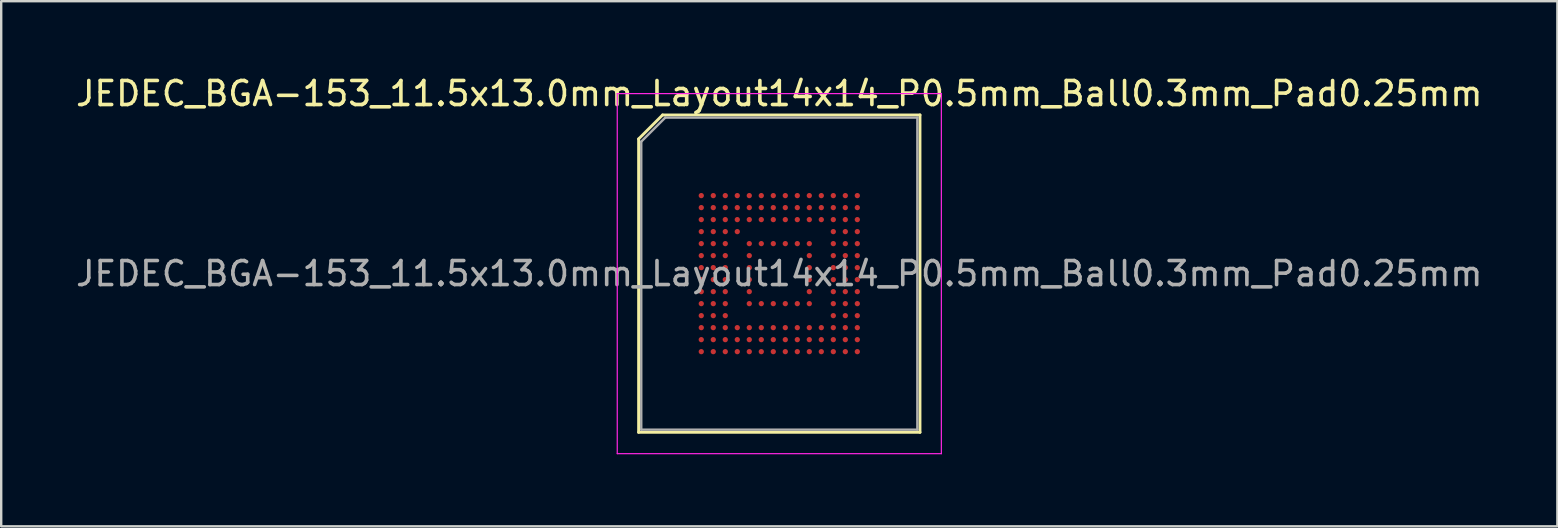
<source format=kicad_pcb>
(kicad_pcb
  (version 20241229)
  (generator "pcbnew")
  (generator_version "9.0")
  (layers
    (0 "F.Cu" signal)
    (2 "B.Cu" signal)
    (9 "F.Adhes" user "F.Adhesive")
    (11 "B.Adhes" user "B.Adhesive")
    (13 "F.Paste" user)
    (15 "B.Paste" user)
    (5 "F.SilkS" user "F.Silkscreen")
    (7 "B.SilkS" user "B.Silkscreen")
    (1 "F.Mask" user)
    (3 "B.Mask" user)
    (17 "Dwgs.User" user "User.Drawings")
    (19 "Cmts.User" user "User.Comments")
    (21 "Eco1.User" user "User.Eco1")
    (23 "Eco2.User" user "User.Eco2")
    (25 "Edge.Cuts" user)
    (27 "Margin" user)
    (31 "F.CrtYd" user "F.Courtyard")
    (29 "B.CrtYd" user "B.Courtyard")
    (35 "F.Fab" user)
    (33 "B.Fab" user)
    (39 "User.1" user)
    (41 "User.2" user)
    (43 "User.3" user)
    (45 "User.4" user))
  (footprint "JEDEC_BGA-153_11.5x13.0mm_Layout14x14_P0.5mm_Ball0.3mm_Pad0.25mm"
    (layer "F.Cu")
    (at 29.411 8.348)
    (property "Reference" "JEDEC_BGA-153_11.5x13.0mm_Layout14x14_P0.5mm_Ball0.3mm_Pad0.25mm" (at 0 -7.5 0) (layer "F.SilkS") (effects (font (size 1 1) (thickness 0.15))))
    (attr smd)
    (fp_line (start -5.86 -5.61) (end -4.86 -6.61) (stroke (width 0.12) (type solid)) (layer "F.SilkS"))
    (fp_line (start -5.86 6.61) (end -5.86 -5.61) (stroke (width 0.12) (type solid)) (layer "F.SilkS"))
    (fp_line (start -4.86 -6.61) (end 5.86 -6.61) (stroke (width 0.12) (type solid)) (layer "F.SilkS"))
    (fp_line (start 5.86 -6.61) (end 5.86 6.61) (stroke (width 0.12) (type solid)) (layer "F.SilkS"))
    (fp_line (start 5.86 6.61) (end -5.86 6.61) (stroke (width 0.12) (type solid)) (layer "F.SilkS"))
    (fp_line (start -6.75 -7.5) (end -6.75 7.5) (stroke (width 0.05) (type solid)) (layer "F.CrtYd"))
    (fp_line (start -6.75 7.5) (end 6.75 7.5) (stroke (width 0.05) (type solid)) (layer "F.CrtYd"))
    (fp_line (start 6.75 -7.5) (end -6.75 -7.5) (stroke (width 0.05) (type solid)) (layer "F.CrtYd"))
    (fp_line (start 6.75 7.5) (end 6.75 -7.5) (stroke (width 0.05) (type solid)) (layer "F.CrtYd"))
    (fp_line (start -5.75 -5.5) (end -4.75 -6.5) (stroke (width 0.1) (type solid)) (layer "F.Fab"))
    (fp_line (start -5.75 6.5) (end -5.75 -5.5) (stroke (width 0.1) (type solid)) (layer "F.Fab"))
    (fp_line (start -4.75 -6.5) (end 5.75 -6.5) (stroke (width 0.1) (type solid)) (layer "F.Fab"))
    (fp_line (start 5.75 -6.5) (end 5.75 6.5) (stroke (width 0.1) (type solid)) (layer "F.Fab"))
    (fp_line (start 5.75 6.5) (end -5.75 6.5) (stroke (width 0.1) (type solid)) (layer "F.Fab"))
    (fp_text user "${REFERENCE}" (at 0 0 0) (layer "F.Fab") (effects (font (size 1 1) (thickness 0.15))))
    (pad "A1" smd circle (at -3.25 -3.25) (size 0.22 0.22) (layers "F.Cu" "F.Mask" "F.Paste"))
    (pad "A2" smd circle (at -2.75 -3.25) (size 0.22 0.22) (layers "F.Cu" "F.Mask" "F.Paste"))
    (pad "A3" smd circle (at -2.25 -3.25) (size 0.22 0.22) (layers "F.Cu" "F.Mask" "F.Paste"))
    (pad "A4" smd circle (at -1.75 -3.25) (size 0.22 0.22) (layers "F.Cu" "F.Mask" "F.Paste"))
    (pad "A5" smd circle (at -1.25 -3.25) (size 0.22 0.22) (layers "F.Cu" "F.Mask" "F.Paste"))
    (pad "A6" smd circle (at -0.75 -3.25) (size 0.22 0.22) (layers "F.Cu" "F.Mask" "F.Paste"))
    (pad "A7" smd circle (at -0.25 -3.25) (size 0.22 0.22) (layers "F.Cu" "F.Mask" "F.Paste"))
    (pad "A8" smd circle (at 0.25 -3.25) (size 0.22 0.22) (layers "F.Cu" "F.Mask" "F.Paste"))
    (pad "A9" smd circle (at 0.75 -3.25) (size 0.22 0.22) (layers "F.Cu" "F.Mask" "F.Paste"))
    (pad "A10" smd circle (at 1.25 -3.25) (size 0.22 0.22) (layers "F.Cu" "F.Mask" "F.Paste"))
    (pad "A11" smd circle (at 1.75 -3.25) (size 0.22 0.22) (layers "F.Cu" "F.Mask" "F.Paste"))
    (pad "A12" smd circle (at 2.25 -3.25) (size 0.22 0.22) (layers "F.Cu" "F.Mask" "F.Paste"))
    (pad "A13" smd circle (at 2.75 -3.25) (size 0.22 0.22) (layers "F.Cu" "F.Mask" "F.Paste"))
    (pad "A14" smd circle (at 3.25 -3.25) (size 0.22 0.22) (layers "F.Cu" "F.Mask" "F.Paste"))
    (pad "B1" smd circle (at -3.25 -2.75) (size 0.22 0.22) (layers "F.Cu" "F.Mask" "F.Paste"))
    (pad "B2" smd circle (at -2.75 -2.75) (size 0.22 0.22) (layers "F.Cu" "F.Mask" "F.Paste"))
    (pad "B3" smd circle (at -2.25 -2.75) (size 0.22 0.22) (layers "F.Cu" "F.Mask" "F.Paste"))
    (pad "B4" smd circle (at -1.75 -2.75) (size 0.22 0.22) (layers "F.Cu" "F.Mask" "F.Paste"))
    (pad "B5" smd circle (at -1.25 -2.75) (size 0.22 0.22) (layers "F.Cu" "F.Mask" "F.Paste"))
    (pad "B6" smd circle (at -0.75 -2.75) (size 0.22 0.22) (layers "F.Cu" "F.Mask" "F.Paste"))
    (pad "B7" smd circle (at -0.25 -2.75) (size 0.22 0.22) (layers "F.Cu" "F.Mask" "F.Paste"))
    (pad "B8" smd circle (at 0.25 -2.75) (size 0.22 0.22) (layers "F.Cu" "F.Mask" "F.Paste"))
    (pad "B9" smd circle (at 0.75 -2.75) (size 0.22 0.22) (layers "F.Cu" "F.Mask" "F.Paste"))
    (pad "B10" smd circle (at 1.25 -2.75) (size 0.22 0.22) (layers "F.Cu" "F.Mask" "F.Paste"))
    (pad "B11" smd circle (at 1.75 -2.75) (size 0.22 0.22) (layers "F.Cu" "F.Mask" "F.Paste"))
    (pad "B12" smd circle (at 2.25 -2.75) (size 0.22 0.22) (layers "F.Cu" "F.Mask" "F.Paste"))
    (pad "B13" smd circle (at 2.75 -2.75) (size 0.22 0.22) (layers "F.Cu" "F.Mask" "F.Paste"))
    (pad "B14" smd circle (at 3.25 -2.75) (size 0.22 0.22) (layers "F.Cu" "F.Mask" "F.Paste"))
    (pad "C1" smd circle (at -3.25 -2.25) (size 0.22 0.22) (layers "F.Cu" "F.Mask" "F.Paste"))
    (pad "C2" smd circle (at -2.75 -2.25) (size 0.22 0.22) (layers "F.Cu" "F.Mask" "F.Paste"))
    (pad "C3" smd circle (at -2.25 -2.25) (size 0.22 0.22) (layers "F.Cu" "F.Mask" "F.Paste"))
    (pad "C4" smd circle (at -1.75 -2.25) (size 0.22 0.22) (layers "F.Cu" "F.Mask" "F.Paste"))
    (pad "C5" smd circle (at -1.25 -2.25) (size 0.22 0.22) (layers "F.Cu" "F.Mask" "F.Paste"))
    (pad "C6" smd circle (at -0.75 -2.25) (size 0.22 0.22) (layers "F.Cu" "F.Mask" "F.Paste"))
    (pad "C7" smd circle (at -0.25 -2.25) (size 0.22 0.22) (layers "F.Cu" "F.Mask" "F.Paste"))
    (pad "C8" smd circle (at 0.25 -2.25) (size 0.22 0.22) (layers "F.Cu" "F.Mask" "F.Paste"))
    (pad "C9" smd circle (at 0.75 -2.25) (size 0.22 0.22) (layers "F.Cu" "F.Mask" "F.Paste"))
    (pad "C10" smd circle (at 1.25 -2.25) (size 0.22 0.22) (layers "F.Cu" "F.Mask" "F.Paste"))
    (pad "C11" smd circle (at 1.75 -2.25) (size 0.22 0.22) (layers "F.Cu" "F.Mask" "F.Paste"))
    (pad "C12" smd circle (at 2.25 -2.25) (size 0.22 0.22) (layers "F.Cu" "F.Mask" "F.Paste"))
    (pad "C13" smd circle (at 2.75 -2.25) (size 0.22 0.22) (layers "F.Cu" "F.Mask" "F.Paste"))
    (pad "C14" smd circle (at 3.25 -2.25) (size 0.22 0.22) (layers "F.Cu" "F.Mask" "F.Paste"))
    (pad "D1" smd circle (at -3.25 -1.75) (size 0.22 0.22) (layers "F.Cu" "F.Mask" "F.Paste"))
    (pad "D2" smd circle (at -2.75 -1.75) (size 0.22 0.22) (layers "F.Cu" "F.Mask" "F.Paste"))
    (pad "D3" smd circle (at -2.25 -1.75) (size 0.22 0.22) (layers "F.Cu" "F.Mask" "F.Paste"))
    (pad "D4" smd circle (at -1.75 -1.75) (size 0.22 0.22) (layers "F.Cu" "F.Mask" "F.Paste"))
    (pad "D12" smd circle (at 2.25 -1.75) (size 0.22 0.22) (layers "F.Cu" "F.Mask" "F.Paste"))
    (pad "D13" smd circle (at 2.75 -1.75) (size 0.22 0.22) (layers "F.Cu" "F.Mask" "F.Paste"))
    (pad "D14" smd circle (at 3.25 -1.75) (size 0.22 0.22) (layers "F.Cu" "F.Mask" "F.Paste"))
    (pad "E1" smd circle (at -3.25 -1.25) (size 0.22 0.22) (layers "F.Cu" "F.Mask" "F.Paste"))
    (pad "E2" smd circle (at -2.75 -1.25) (size 0.22 0.22) (layers "F.Cu" "F.Mask" "F.Paste"))
    (pad "E3" smd circle (at -2.25 -1.25) (size 0.22 0.22) (layers "F.Cu" "F.Mask" "F.Paste"))
    (pad "E5" smd circle (at -1.25 -1.25) (size 0.22 0.22) (layers "F.Cu" "F.Mask" "F.Paste"))
    (pad "E6" smd circle (at -0.75 -1.25) (size 0.22 0.22) (layers "F.Cu" "F.Mask" "F.Paste"))
    (pad "E7" smd circle (at -0.25 -1.25) (size 0.22 0.22) (layers "F.Cu" "F.Mask" "F.Paste"))
    (pad "E8" smd circle (at 0.25 -1.25) (size 0.22 0.22) (layers "F.Cu" "F.Mask" "F.Paste"))
    (pad "E9" smd circle (at 0.75 -1.25) (size 0.22 0.22) (layers "F.Cu" "F.Mask" "F.Paste"))
    (pad "E10" smd circle (at 1.25 -1.25) (size 0.22 0.22) (layers "F.Cu" "F.Mask" "F.Paste"))
    (pad "E12" smd circle (at 2.25 -1.25) (size 0.22 0.22) (layers "F.Cu" "F.Mask" "F.Paste"))
    (pad "E13" smd circle (at 2.75 -1.25) (size 0.22 0.22) (layers "F.Cu" "F.Mask" "F.Paste"))
    (pad "E14" smd circle (at 3.25 -1.25) (size 0.22 0.22) (layers "F.Cu" "F.Mask" "F.Paste"))
    (pad "F1" smd circle (at -3.25 -0.75) (size 0.22 0.22) (layers "F.Cu" "F.Mask" "F.Paste"))
    (pad "F2" smd circle (at -2.75 -0.75) (size 0.22 0.22) (layers "F.Cu" "F.Mask" "F.Paste"))
    (pad "F3" smd circle (at -2.25 -0.75) (size 0.22 0.22) (layers "F.Cu" "F.Mask" "F.Paste"))
    (pad "F5" smd circle (at -1.25 -0.75) (size 0.22 0.22) (layers "F.Cu" "F.Mask" "F.Paste"))
    (pad "F10" smd circle (at 1.25 -0.75) (size 0.22 0.22) (layers "F.Cu" "F.Mask" "F.Paste"))
    (pad "F12" smd circle (at 2.25 -0.75) (size 0.22 0.22) (layers "F.Cu" "F.Mask" "F.Paste"))
    (pad "F13" smd circle (at 2.75 -0.75) (size 0.22 0.22) (layers "F.Cu" "F.Mask" "F.Paste"))
    (pad "F14" smd circle (at 3.25 -0.75) (size 0.22 0.22) (layers "F.Cu" "F.Mask" "F.Paste"))
    (pad "G1" smd circle (at -3.25 -0.25) (size 0.22 0.22) (layers "F.Cu" "F.Mask" "F.Paste"))
    (pad "G2" smd circle (at -2.75 -0.25) (size 0.22 0.22) (layers "F.Cu" "F.Mask" "F.Paste"))
    (pad "G3" smd circle (at -2.25 -0.25) (size 0.22 0.22) (layers "F.Cu" "F.Mask" "F.Paste"))
    (pad "G5" smd circle (at -1.25 -0.25) (size 0.22 0.22) (layers "F.Cu" "F.Mask" "F.Paste"))
    (pad "G10" smd circle (at 1.25 -0.25) (size 0.22 0.22) (layers "F.Cu" "F.Mask" "F.Paste"))
    (pad "G12" smd circle (at 2.25 -0.25) (size 0.22 0.22) (layers "F.Cu" "F.Mask" "F.Paste"))
    (pad "G13" smd circle (at 2.75 -0.25) (size 0.22 0.22) (layers "F.Cu" "F.Mask" "F.Paste"))
    (pad "G14" smd circle (at 3.25 -0.25) (size 0.22 0.22) (layers "F.Cu" "F.Mask" "F.Paste"))
    (pad "H1" smd circle (at -3.25 0.25) (size 0.22 0.22) (layers "F.Cu" "F.Mask" "F.Paste"))
    (pad "H2" smd circle (at -2.75 0.25) (size 0.22 0.22) (layers "F.Cu" "F.Mask" "F.Paste"))
    (pad "H3" smd circle (at -2.25 0.25) (size 0.22 0.22) (layers "F.Cu" "F.Mask" "F.Paste"))
    (pad "H5" smd circle (at -1.25 0.25) (size 0.22 0.22) (layers "F.Cu" "F.Mask" "F.Paste"))
    (pad "H10" smd circle (at 1.25 0.25) (size 0.22 0.22) (layers "F.Cu" "F.Mask" "F.Paste"))
    (pad "H12" smd circle (at 2.25 0.25) (size 0.22 0.22) (layers "F.Cu" "F.Mask" "F.Paste"))
    (pad "H13" smd circle (at 2.75 0.25) (size 0.22 0.22) (layers "F.Cu" "F.Mask" "F.Paste"))
    (pad "H14" smd circle (at 3.25 0.25) (size 0.22 0.22) (layers "F.Cu" "F.Mask" "F.Paste"))
    (pad "J1" smd circle (at -3.25 0.75) (size 0.22 0.22) (layers "F.Cu" "F.Mask" "F.Paste"))
    (pad "J2" smd circle (at -2.75 0.75) (size 0.22 0.22) (layers "F.Cu" "F.Mask" "F.Paste"))
    (pad "J3" smd circle (at -2.25 0.75) (size 0.22 0.22) (layers "F.Cu" "F.Mask" "F.Paste"))
    (pad "J5" smd circle (at -1.25 0.75) (size 0.22 0.22) (layers "F.Cu" "F.Mask" "F.Paste"))
    (pad "J10" smd circle (at 1.25 0.75) (size 0.22 0.22) (layers "F.Cu" "F.Mask" "F.Paste"))
    (pad "J12" smd circle (at 2.25 0.75) (size 0.22 0.22) (layers "F.Cu" "F.Mask" "F.Paste"))
    (pad "J13" smd circle (at 2.75 0.75) (size 0.22 0.22) (layers "F.Cu" "F.Mask" "F.Paste"))
    (pad "J14" smd circle (at 3.25 0.75) (size 0.22 0.22) (layers "F.Cu" "F.Mask" "F.Paste"))
    (pad "K1" smd circle (at -3.25 1.25) (size 0.22 0.22) (layers "F.Cu" "F.Mask" "F.Paste"))
    (pad "K2" smd circle (at -2.75 1.25) (size 0.22 0.22) (layers "F.Cu" "F.Mask" "F.Paste"))
    (pad "K3" smd circle (at -2.25 1.25) (size 0.22 0.22) (layers "F.Cu" "F.Mask" "F.Paste"))
    (pad "K5" smd circle (at -1.25 1.25) (size 0.22 0.22) (layers "F.Cu" "F.Mask" "F.Paste"))
    (pad "K6" smd circle (at -0.75 1.25) (size 0.22 0.22) (layers "F.Cu" "F.Mask" "F.Paste"))
    (pad "K7" smd circle (at -0.25 1.25) (size 0.22 0.22) (layers "F.Cu" "F.Mask" "F.Paste"))
    (pad "K8" smd circle (at 0.25 1.25) (size 0.22 0.22) (layers "F.Cu" "F.Mask" "F.Paste"))
    (pad "K9" smd circle (at 0.75 1.25) (size 0.22 0.22) (layers "F.Cu" "F.Mask" "F.Paste"))
    (pad "K10" smd circle (at 1.25 1.25) (size 0.22 0.22) (layers "F.Cu" "F.Mask" "F.Paste"))
    (pad "K12" smd circle (at 2.25 1.25) (size 0.22 0.22) (layers "F.Cu" "F.Mask" "F.Paste"))
    (pad "K13" smd circle (at 2.75 1.25) (size 0.22 0.22) (layers "F.Cu" "F.Mask" "F.Paste"))
    (pad "K14" smd circle (at 3.25 1.25) (size 0.22 0.22) (layers "F.Cu" "F.Mask" "F.Paste"))
    (pad "L1" smd circle (at -3.25 1.75) (size 0.22 0.22) (layers "F.Cu" "F.Mask" "F.Paste"))
    (pad "L2" smd circle (at -2.75 1.75) (size 0.22 0.22) (layers "F.Cu" "F.Mask" "F.Paste"))
    (pad "L3" smd circle (at -2.25 1.75) (size 0.22 0.22) (layers "F.Cu" "F.Mask" "F.Paste"))
    (pad "L12" smd circle (at 2.25 1.75) (size 0.22 0.22) (layers "F.Cu" "F.Mask" "F.Paste"))
    (pad "L13" smd circle (at 2.75 1.75) (size 0.22 0.22) (layers "F.Cu" "F.Mask" "F.Paste"))
    (pad "L14" smd circle (at 3.25 1.75) (size 0.22 0.22) (layers "F.Cu" "F.Mask" "F.Paste"))
    (pad "M1" smd circle (at -3.25 2.25) (size 0.22 0.22) (layers "F.Cu" "F.Mask" "F.Paste"))
    (pad "M2" smd circle (at -2.75 2.25) (size 0.22 0.22) (layers "F.Cu" "F.Mask" "F.Paste"))
    (pad "M3" smd circle (at -2.25 2.25) (size 0.22 0.22) (layers "F.Cu" "F.Mask" "F.Paste"))
    (pad "M4" smd circle (at -1.75 2.25) (size 0.22 0.22) (layers "F.Cu" "F.Mask" "F.Paste"))
    (pad "M5" smd circle (at -1.25 2.25) (size 0.22 0.22) (layers "F.Cu" "F.Mask" "F.Paste"))
    (pad "M6" smd circle (at -0.75 2.25) (size 0.22 0.22) (layers "F.Cu" "F.Mask" "F.Paste"))
    (pad "M7" smd circle (at -0.25 2.25) (size 0.22 0.22) (layers "F.Cu" "F.Mask" "F.Paste"))
    (pad "M8" smd circle (at 0.25 2.25) (size 0.22 0.22) (layers "F.Cu" "F.Mask" "F.Paste"))
    (pad "M9" smd circle (at 0.75 2.25) (size 0.22 0.22) (layers "F.Cu" "F.Mask" "F.Paste"))
    (pad "M10" smd circle (at 1.25 2.25) (size 0.22 0.22) (layers "F.Cu" "F.Mask" "F.Paste"))
    (pad "M11" smd circle (at 1.75 2.25) (size 0.22 0.22) (layers "F.Cu" "F.Mask" "F.Paste"))
    (pad "M12" smd circle (at 2.25 2.25) (size 0.22 0.22) (layers "F.Cu" "F.Mask" "F.Paste"))
    (pad "M13" smd circle (at 2.75 2.25) (size 0.22 0.22) (layers "F.Cu" "F.Mask" "F.Paste"))
    (pad "M14" smd circle (at 3.25 2.25) (size 0.22 0.22) (layers "F.Cu" "F.Mask" "F.Paste"))
    (pad "N1" smd circle (at -3.25 2.75) (size 0.22 0.22) (layers "F.Cu" "F.Mask" "F.Paste"))
    (pad "N2" smd circle (at -2.75 2.75) (size 0.22 0.22) (layers "F.Cu" "F.Mask" "F.Paste"))
    (pad "N3" smd circle (at -2.25 2.75) (size 0.22 0.22) (layers "F.Cu" "F.Mask" "F.Paste"))
    (pad "N4" smd circle (at -1.75 2.75) (size 0.22 0.22) (layers "F.Cu" "F.Mask" "F.Paste"))
    (pad "N5" smd circle (at -1.25 2.75) (size 0.22 0.22) (layers "F.Cu" "F.Mask" "F.Paste"))
    (pad "N6" smd circle (at -0.75 2.75) (size 0.22 0.22) (layers "F.Cu" "F.Mask" "F.Paste"))
    (pad "N7" smd circle (at -0.25 2.75) (size 0.22 0.22) (layers "F.Cu" "F.Mask" "F.Paste"))
    (pad "N8" smd circle (at 0.25 2.75) (size 0.22 0.22) (layers "F.Cu" "F.Mask" "F.Paste"))
    (pad "N9" smd circle (at 0.75 2.75) (size 0.22 0.22) (layers "F.Cu" "F.Mask" "F.Paste"))
    (pad "N10" smd circle (at 1.25 2.75) (size 0.22 0.22) (layers "F.Cu" "F.Mask" "F.Paste"))
    (pad "N11" smd circle (at 1.75 2.75) (size 0.22 0.22) (layers "F.Cu" "F.Mask" "F.Paste"))
    (pad "N12" smd circle (at 2.25 2.75) (size 0.22 0.22) (layers "F.Cu" "F.Mask" "F.Paste"))
    (pad "N13" smd circle (at 2.75 2.75) (size 0.22 0.22) (layers "F.Cu" "F.Mask" "F.Paste"))
    (pad "N14" smd circle (at 3.25 2.75) (size 0.22 0.22) (layers "F.Cu" "F.Mask" "F.Paste"))
    (pad "P1" smd circle (at -3.25 3.25) (size 0.22 0.22) (layers "F.Cu" "F.Mask" "F.Paste"))
    (pad "P2" smd circle (at -2.75 3.25) (size 0.22 0.22) (layers "F.Cu" "F.Mask" "F.Paste"))
    (pad "P3" smd circle (at -2.25 3.25) (size 0.22 0.22) (layers "F.Cu" "F.Mask" "F.Paste"))
    (pad "P4" smd circle (at -1.75 3.25) (size 0.22 0.22) (layers "F.Cu" "F.Mask" "F.Paste"))
    (pad "P5" smd circle (at -1.25 3.25) (size 0.22 0.22) (layers "F.Cu" "F.Mask" "F.Paste"))
    (pad "P6" smd circle (at -0.75 3.25) (size 0.22 0.22) (layers "F.Cu" "F.Mask" "F.Paste"))
    (pad "P7" smd circle (at -0.25 3.25) (size 0.22 0.22) (layers "F.Cu" "F.Mask" "F.Paste"))
    (pad "P8" smd circle (at 0.25 3.25) (size 0.22 0.22) (layers "F.Cu" "F.Mask" "F.Paste"))
    (pad "P9" smd circle (at 0.75 3.25) (size 0.22 0.22) (layers "F.Cu" "F.Mask" "F.Paste"))
    (pad "P10" smd circle (at 1.25 3.25) (size 0.22 0.22) (layers "F.Cu" "F.Mask" "F.Paste"))
    (pad "P11" smd circle (at 1.75 3.25) (size 0.22 0.22) (layers "F.Cu" "F.Mask" "F.Paste"))
    (pad "P12" smd circle (at 2.25 3.25) (size 0.22 0.22) (layers "F.Cu" "F.Mask" "F.Paste"))
    (pad "P13" smd circle (at 2.75 3.25) (size 0.22 0.22) (layers "F.Cu" "F.Mask" "F.Paste"))
    (pad "P14" smd circle (at 3.25 3.25) (size 0.22 0.22) (layers "F.Cu" "F.Mask" "F.Paste")))
  (gr_rect
    (start -3 -3)
    (end 61.821 18.873)
    (stroke (width 0.1) (type default))
    (fill no)
    (layer "Edge.Cuts")))
</source>
